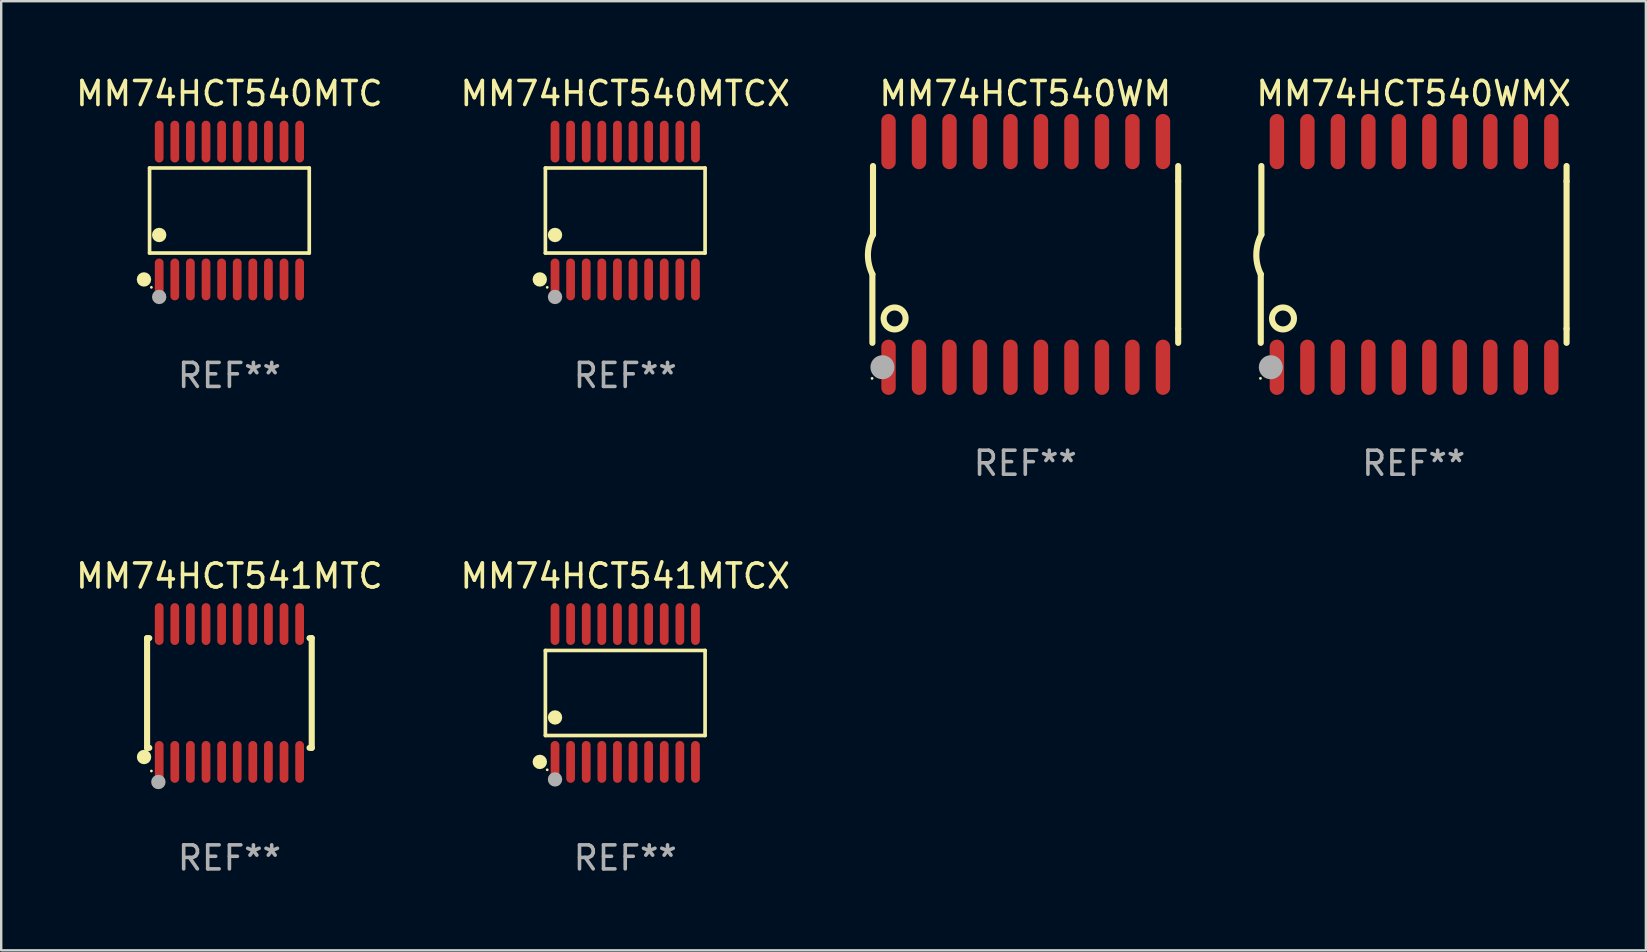
<source format=kicad_pcb>
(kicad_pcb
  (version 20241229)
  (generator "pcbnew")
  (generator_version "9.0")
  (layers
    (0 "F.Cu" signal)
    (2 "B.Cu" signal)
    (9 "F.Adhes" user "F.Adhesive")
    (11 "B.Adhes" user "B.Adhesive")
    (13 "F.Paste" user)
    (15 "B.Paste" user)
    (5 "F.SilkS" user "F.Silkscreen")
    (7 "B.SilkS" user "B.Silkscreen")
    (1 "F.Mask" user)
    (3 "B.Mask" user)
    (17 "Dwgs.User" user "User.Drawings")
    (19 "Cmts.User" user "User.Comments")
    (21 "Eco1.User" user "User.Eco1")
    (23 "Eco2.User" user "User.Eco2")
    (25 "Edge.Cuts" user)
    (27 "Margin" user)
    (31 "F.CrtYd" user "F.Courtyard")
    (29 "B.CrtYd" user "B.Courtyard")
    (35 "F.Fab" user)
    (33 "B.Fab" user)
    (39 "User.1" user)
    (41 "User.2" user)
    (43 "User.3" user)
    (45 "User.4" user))
  (footprint "MM74HCT540MTC"
    (layer "F.Cu")
    (at 6.506 5.719)
    (property "Reference" "MM74HCT540MTC" (at 0 -4.871 0) (layer "F.SilkS") (effects (font (size 1 1) (thickness 0.15))))
    (attr through_hole)
    (fp_line (start -3.326 -1.771) (end 3.326 -1.771) (stroke (width 0.152) (type solid)) (layer "F.SilkS"))
    (fp_line (start -3.326 1.771) (end -3.326 -1.771) (stroke (width 0.152) (type solid)) (layer "F.SilkS"))
    (fp_line (start 3.326 -1.771) (end 3.326 1.771) (stroke (width 0.152) (type solid)) (layer "F.SilkS"))
    (fp_line (start 3.326 1.771) (end -3.326 1.771) (stroke (width 0.152) (type solid)) (layer "F.SilkS"))
    (fp_circle (center -3.559 2.871) (end -3.409 2.871) (stroke (width 0.3) (type solid)) (fill no) (layer "F.SilkS"))
    (fp_circle (center -3.25 3.2) (end -3.22 3.2) (stroke (width 0.06) (type solid)) (fill no) (layer "F.SilkS"))
    (fp_circle (center -2.925 1.019) (end -2.775 1.019) (stroke (width 0.3) (type solid)) (fill no) (layer "F.SilkS"))
    (fp_circle (center -2.925 3.6) (end -2.775 3.6) (stroke (width 0.3) (type solid)) (fill no) (layer "F.Fab"))
    (fp_text user "REF**" (at 0 6.871 0) (layer "F.Fab") (effects (font (size 1 1) (thickness 0.15))))
    (pad "1" smd oval (at -2.925 2.871) (size 0.364 1.742) (layers "F.Cu" "F.Mask" "F.Paste"))
    (pad "2" smd oval (at -2.275 2.871) (size 0.364 1.742) (layers "F.Cu" "F.Mask" "F.Paste"))
    (pad "3" smd oval (at -1.625 2.871) (size 0.364 1.742) (layers "F.Cu" "F.Mask" "F.Paste"))
    (pad "4" smd oval (at -0.975 2.871) (size 0.364 1.742) (layers "F.Cu" "F.Mask" "F.Paste"))
    (pad "5" smd oval (at -0.325 2.871) (size 0.364 1.742) (layers "F.Cu" "F.Mask" "F.Paste"))
    (pad "6" smd oval (at 0.325 2.871) (size 0.364 1.742) (layers "F.Cu" "F.Mask" "F.Paste"))
    (pad "7" smd oval (at 0.975 2.871) (size 0.364 1.742) (layers "F.Cu" "F.Mask" "F.Paste"))
    (pad "8" smd oval (at 1.625 2.871) (size 0.364 1.742) (layers "F.Cu" "F.Mask" "F.Paste"))
    (pad "9" smd oval (at 2.275 2.871) (size 0.364 1.742) (layers "F.Cu" "F.Mask" "F.Paste"))
    (pad "10" smd oval (at 2.925 2.871) (size 0.364 1.742) (layers "F.Cu" "F.Mask" "F.Paste"))
    (pad "11" smd oval (at 2.925 -2.871) (size 0.364 1.742) (layers "F.Cu" "F.Mask" "F.Paste"))
    (pad "12" smd oval (at 2.275 -2.871) (size 0.364 1.742) (layers "F.Cu" "F.Mask" "F.Paste"))
    (pad "13" smd oval (at 1.625 -2.871) (size 0.364 1.742) (layers "F.Cu" "F.Mask" "F.Paste"))
    (pad "14" smd oval (at 0.975 -2.871) (size 0.364 1.742) (layers "F.Cu" "F.Mask" "F.Paste"))
    (pad "15" smd oval (at 0.325 -2.871) (size 0.364 1.742) (layers "F.Cu" "F.Mask" "F.Paste"))
    (pad "16" smd oval (at -0.325 -2.871) (size 0.364 1.742) (layers "F.Cu" "F.Mask" "F.Paste"))
    (pad "17" smd oval (at -0.975 -2.871) (size 0.364 1.742) (layers "F.Cu" "F.Mask" "F.Paste"))
    (pad "18" smd oval (at -1.625 -2.871) (size 0.364 1.742) (layers "F.Cu" "F.Mask" "F.Paste"))
    (pad "19" smd oval (at -2.275 -2.871) (size 0.364 1.742) (layers "F.Cu" "F.Mask" "F.Paste"))
    (pad "20" smd oval (at -2.925 -2.871) (size 0.364 1.742) (layers "F.Cu" "F.Mask" "F.Paste")))
  (footprint "MM74HCT540MTCX"
    (layer "F.Cu")
    (at 22.994 5.719)
    (property "Reference" "MM74HCT540MTCX" (at 0 -4.871 0) (layer "F.SilkS") (effects (font (size 1 1) (thickness 0.15))))
    (attr through_hole)
    (fp_line (start -3.326 -1.771) (end 3.326 -1.771) (stroke (width 0.152) (type solid)) (layer "F.SilkS"))
    (fp_line (start -3.326 1.771) (end -3.326 -1.771) (stroke (width 0.152) (type solid)) (layer "F.SilkS"))
    (fp_line (start 3.326 -1.771) (end 3.326 1.771) (stroke (width 0.152) (type solid)) (layer "F.SilkS"))
    (fp_line (start 3.326 1.771) (end -3.326 1.771) (stroke (width 0.152) (type solid)) (layer "F.SilkS"))
    (fp_circle (center -3.559 2.871) (end -3.409 2.871) (stroke (width 0.3) (type solid)) (fill no) (layer "F.SilkS"))
    (fp_circle (center -3.25 3.2) (end -3.22 3.2) (stroke (width 0.06) (type solid)) (fill no) (layer "F.SilkS"))
    (fp_circle (center -2.925 1.019) (end -2.775 1.019) (stroke (width 0.3) (type solid)) (fill no) (layer "F.SilkS"))
    (fp_circle (center -2.925 3.6) (end -2.775 3.6) (stroke (width 0.3) (type solid)) (fill no) (layer "F.Fab"))
    (fp_text user "REF**" (at 0 6.871 0) (layer "F.Fab") (effects (font (size 1 1) (thickness 0.15))))
    (pad "1" smd oval (at -2.925 2.871) (size 0.364 1.742) (layers "F.Cu" "F.Mask" "F.Paste"))
    (pad "2" smd oval (at -2.275 2.871) (size 0.364 1.742) (layers "F.Cu" "F.Mask" "F.Paste"))
    (pad "3" smd oval (at -1.625 2.871) (size 0.364 1.742) (layers "F.Cu" "F.Mask" "F.Paste"))
    (pad "4" smd oval (at -0.975 2.871) (size 0.364 1.742) (layers "F.Cu" "F.Mask" "F.Paste"))
    (pad "5" smd oval (at -0.325 2.871) (size 0.364 1.742) (layers "F.Cu" "F.Mask" "F.Paste"))
    (pad "6" smd oval (at 0.325 2.871) (size 0.364 1.742) (layers "F.Cu" "F.Mask" "F.Paste"))
    (pad "7" smd oval (at 0.975 2.871) (size 0.364 1.742) (layers "F.Cu" "F.Mask" "F.Paste"))
    (pad "8" smd oval (at 1.625 2.871) (size 0.364 1.742) (layers "F.Cu" "F.Mask" "F.Paste"))
    (pad "9" smd oval (at 2.275 2.871) (size 0.364 1.742) (layers "F.Cu" "F.Mask" "F.Paste"))
    (pad "10" smd oval (at 2.925 2.871) (size 0.364 1.742) (layers "F.Cu" "F.Mask" "F.Paste"))
    (pad "11" smd oval (at 2.925 -2.871) (size 0.364 1.742) (layers "F.Cu" "F.Mask" "F.Paste"))
    (pad "12" smd oval (at 2.275 -2.871) (size 0.364 1.742) (layers "F.Cu" "F.Mask" "F.Paste"))
    (pad "13" smd oval (at 1.625 -2.871) (size 0.364 1.742) (layers "F.Cu" "F.Mask" "F.Paste"))
    (pad "14" smd oval (at 0.975 -2.871) (size 0.364 1.742) (layers "F.Cu" "F.Mask" "F.Paste"))
    (pad "15" smd oval (at 0.325 -2.871) (size 0.364 1.742) (layers "F.Cu" "F.Mask" "F.Paste"))
    (pad "16" smd oval (at -0.325 -2.871) (size 0.364 1.742) (layers "F.Cu" "F.Mask" "F.Paste"))
    (pad "17" smd oval (at -0.975 -2.871) (size 0.364 1.742) (layers "F.Cu" "F.Mask" "F.Paste"))
    (pad "18" smd oval (at -1.625 -2.871) (size 0.364 1.742) (layers "F.Cu" "F.Mask" "F.Paste"))
    (pad "19" smd oval (at -2.275 -2.871) (size 0.364 1.742) (layers "F.Cu" "F.Mask" "F.Paste"))
    (pad "20" smd oval (at -2.925 -2.871) (size 0.364 1.742) (layers "F.Cu" "F.Mask" "F.Paste")))
  (footprint "MM74HCT541MTCX"
    (layer "F.Cu")
    (at 22.994 25.816)
    (property "Reference" "MM74HCT541MTCX" (at 0 -4.871 0) (layer "F.SilkS") (effects (font (size 1 1) (thickness 0.15))))
    (attr through_hole)
    (fp_line (start -3.326 -1.771) (end 3.326 -1.771) (stroke (width 0.152) (type solid)) (layer "F.SilkS"))
    (fp_line (start -3.326 1.771) (end -3.326 -1.771) (stroke (width 0.152) (type solid)) (layer "F.SilkS"))
    (fp_line (start 3.326 -1.771) (end 3.326 1.771) (stroke (width 0.152) (type solid)) (layer "F.SilkS"))
    (fp_line (start 3.326 1.771) (end -3.326 1.771) (stroke (width 0.152) (type solid)) (layer "F.SilkS"))
    (fp_circle (center -3.559 2.871) (end -3.409 2.871) (stroke (width 0.3) (type solid)) (fill no) (layer "F.SilkS"))
    (fp_circle (center -3.25 3.2) (end -3.22 3.2) (stroke (width 0.06) (type solid)) (fill no) (layer "F.SilkS"))
    (fp_circle (center -2.925 1.019) (end -2.775 1.019) (stroke (width 0.3) (type solid)) (fill no) (layer "F.SilkS"))
    (fp_circle (center -2.925 3.6) (end -2.775 3.6) (stroke (width 0.3) (type solid)) (fill no) (layer "F.Fab"))
    (fp_text user "REF**" (at 0 6.871 0) (layer "F.Fab") (effects (font (size 1 1) (thickness 0.15))))
    (pad "1" smd oval (at -2.925 2.871) (size 0.364 1.742) (layers "F.Cu" "F.Mask" "F.Paste"))
    (pad "2" smd oval (at -2.275 2.871) (size 0.364 1.742) (layers "F.Cu" "F.Mask" "F.Paste"))
    (pad "3" smd oval (at -1.625 2.871) (size 0.364 1.742) (layers "F.Cu" "F.Mask" "F.Paste"))
    (pad "4" smd oval (at -0.975 2.871) (size 0.364 1.742) (layers "F.Cu" "F.Mask" "F.Paste"))
    (pad "5" smd oval (at -0.325 2.871) (size 0.364 1.742) (layers "F.Cu" "F.Mask" "F.Paste"))
    (pad "6" smd oval (at 0.325 2.871) (size 0.364 1.742) (layers "F.Cu" "F.Mask" "F.Paste"))
    (pad "7" smd oval (at 0.975 2.871) (size 0.364 1.742) (layers "F.Cu" "F.Mask" "F.Paste"))
    (pad "8" smd oval (at 1.625 2.871) (size 0.364 1.742) (layers "F.Cu" "F.Mask" "F.Paste"))
    (pad "9" smd oval (at 2.275 2.871) (size 0.364 1.742) (layers "F.Cu" "F.Mask" "F.Paste"))
    (pad "10" smd oval (at 2.925 2.871) (size 0.364 1.742) (layers "F.Cu" "F.Mask" "F.Paste"))
    (pad "11" smd oval (at 2.925 -2.871) (size 0.364 1.742) (layers "F.Cu" "F.Mask" "F.Paste"))
    (pad "12" smd oval (at 2.275 -2.871) (size 0.364 1.742) (layers "F.Cu" "F.Mask" "F.Paste"))
    (pad "13" smd oval (at 1.625 -2.871) (size 0.364 1.742) (layers "F.Cu" "F.Mask" "F.Paste"))
    (pad "14" smd oval (at 0.975 -2.871) (size 0.364 1.742) (layers "F.Cu" "F.Mask" "F.Paste"))
    (pad "15" smd oval (at 0.325 -2.871) (size 0.364 1.742) (layers "F.Cu" "F.Mask" "F.Paste"))
    (pad "16" smd oval (at -0.325 -2.871) (size 0.364 1.742) (layers "F.Cu" "F.Mask" "F.Paste"))
    (pad "17" smd oval (at -0.975 -2.871) (size 0.364 1.742) (layers "F.Cu" "F.Mask" "F.Paste"))
    (pad "18" smd oval (at -1.625 -2.871) (size 0.364 1.742) (layers "F.Cu" "F.Mask" "F.Paste"))
    (pad "19" smd oval (at -2.275 -2.871) (size 0.364 1.742) (layers "F.Cu" "F.Mask" "F.Paste"))
    (pad "20" smd oval (at -2.925 -2.871) (size 0.364 1.742) (layers "F.Cu" "F.Mask" "F.Paste")))
  (footprint "MM74HCT540WMX"
    (layer "F.Cu")
    (at 55.836 7.548)
    (property "Reference" "MM74HCT540WMX" (at 0 -6.7 0) (layer "F.SilkS") (effects (font (size 1 1) (thickness 0.15))))
    (attr through_hole)
    (fp_line (start -6.369 0.826) (end -6.369 3.683) (stroke (width 0.254) (type solid)) (layer "F.SilkS"))
    (fp_line (start -6.343 -0.825) (end -6.343 -3.683) (stroke (width 0.254) (type solid)) (layer "F.SilkS"))
    (fp_line (start 6.369 -3.048) (end 6.369 -3.683) (stroke (width 0.254) (type solid)) (layer "F.SilkS"))
    (fp_line (start 6.369 -3.048) (end 6.369 3.096) (stroke (width 0.254) (type solid)) (layer "F.SilkS"))
    (fp_line (start 6.369 3.096) (end 6.369 3.683) (stroke (width 0.254) (type solid)) (layer "F.SilkS"))
    (fp_arc (start -6.36853 0.825552) (mid -6.554743 -0.00301) (end -6.343129 -0.825451) (stroke (width 0.254001) (type solid)) (layer "F.SilkS"))
    (fp_circle (center -6.382 5.163) (end -6.352 5.163) (stroke (width 0.06) (type solid)) (fill no) (layer "F.SilkS"))
    (fp_circle (center -5.443 2.667) (end -4.985 2.667) (stroke (width 0.254) (type solid)) (fill no) (layer "F.SilkS"))
    (fp_circle (center -5.951 4.699) (end -5.701 4.699) (stroke (width 0.5) (type solid)) (fill no) (layer "F.Fab"))
    (fp_text user "REF**" (at 0 8.7 0) (layer "F.Fab") (effects (font (size 1 1) (thickness 0.15))))
    (pad "1" smd oval (at -5.697 4.7 180) (size 0.6 2.3) (layers "F.Cu" "F.Mask" "F.Paste"))
    (pad "2" smd oval (at -4.427 4.7 180) (size 0.6 2.3) (layers "F.Cu" "F.Mask" "F.Paste"))
    (pad "3" smd oval (at -3.157 4.7 180) (size 0.6 2.3) (layers "F.Cu" "F.Mask" "F.Paste"))
    (pad "4" smd oval (at -1.887 4.7 180) (size 0.6 2.3) (layers "F.Cu" "F.Mask" "F.Paste"))
    (pad "5" smd oval (at -0.617 4.7 180) (size 0.6 2.3) (layers "F.Cu" "F.Mask" "F.Paste"))
    (pad "6" smd oval (at 0.653 4.7 180) (size 0.6 2.3) (layers "F.Cu" "F.Mask" "F.Paste"))
    (pad "7" smd oval (at 1.923 4.7 180) (size 0.6 2.3) (layers "F.Cu" "F.Mask" "F.Paste"))
    (pad "8" smd oval (at 3.193 4.7 180) (size 0.6 2.3) (layers "F.Cu" "F.Mask" "F.Paste"))
    (pad "9" smd oval (at 4.463 4.7 180) (size 0.6 2.3) (layers "F.Cu" "F.Mask" "F.Paste"))
    (pad "10" smd oval (at 5.734 4.7 180) (size 0.6 2.3) (layers "F.Cu" "F.Mask" "F.Paste"))
    (pad "11" smd oval (at 5.734 -4.7 180) (size 0.6 2.3) (layers "F.Cu" "F.Mask" "F.Paste"))
    (pad "12" smd oval (at 4.463 -4.7 180) (size 0.6 2.3) (layers "F.Cu" "F.Mask" "F.Paste"))
    (pad "13" smd oval (at 3.193 -4.7 180) (size 0.6 2.3) (layers "F.Cu" "F.Mask" "F.Paste"))
    (pad "14" smd oval (at 1.923 -4.7 180) (size 0.6 2.3) (layers "F.Cu" "F.Mask" "F.Paste"))
    (pad "15" smd oval (at 0.653 -4.7 180) (size 0.6 2.3) (layers "F.Cu" "F.Mask" "F.Paste"))
    (pad "16" smd oval (at -0.617 -4.7 180) (size 0.6 2.3) (layers "F.Cu" "F.Mask" "F.Paste"))
    (pad "17" smd oval (at -1.887 -4.7 180) (size 0.6 2.3) (layers "F.Cu" "F.Mask" "F.Paste"))
    (pad "18" smd oval (at -3.157 -4.7 180) (size 0.6 2.3) (layers "F.Cu" "F.Mask" "F.Paste"))
    (pad "19" smd oval (at -4.427 -4.7 180) (size 0.6 2.3) (layers "F.Cu" "F.Mask" "F.Paste"))
    (pad "20" smd oval (at -5.697 -4.7 180) (size 0.6 2.3) (layers "F.Cu" "F.Mask" "F.Paste")))
  (footprint "MM74HCT540WM"
    (layer "F.Cu")
    (at 39.658 7.548)
    (property "Reference" "MM74HCT540WM" (at 0 -6.7 0) (layer "F.SilkS") (effects (font (size 1 1) (thickness 0.15))))
    (attr through_hole)
    (fp_line (start -6.369 0.826) (end -6.369 3.683) (stroke (width 0.254) (type solid)) (layer "F.SilkS"))
    (fp_line (start -6.343 -0.825) (end -6.343 -3.683) (stroke (width 0.254) (type solid)) (layer "F.SilkS"))
    (fp_line (start 6.369 -3.048) (end 6.369 -3.683) (stroke (width 0.254) (type solid)) (layer "F.SilkS"))
    (fp_line (start 6.369 -3.048) (end 6.369 3.096) (stroke (width 0.254) (type solid)) (layer "F.SilkS"))
    (fp_line (start 6.369 3.096) (end 6.369 3.683) (stroke (width 0.254) (type solid)) (layer "F.SilkS"))
    (fp_arc (start -6.36853 0.825552) (mid -6.554743 -0.00301) (end -6.343129 -0.825451) (stroke (width 0.254001) (type solid)) (layer "F.SilkS"))
    (fp_circle (center -6.382 5.163) (end -6.352 5.163) (stroke (width 0.06) (type solid)) (fill no) (layer "F.SilkS"))
    (fp_circle (center -5.443 2.667) (end -4.985 2.667) (stroke (width 0.254) (type solid)) (fill no) (layer "F.SilkS"))
    (fp_circle (center -5.951 4.699) (end -5.701 4.699) (stroke (width 0.5) (type solid)) (fill no) (layer "F.Fab"))
    (fp_text user "REF**" (at 0 8.7 0) (layer "F.Fab") (effects (font (size 1 1) (thickness 0.15))))
    (pad "1" smd oval (at -5.697 4.7 180) (size 0.6 2.3) (layers "F.Cu" "F.Mask" "F.Paste"))
    (pad "2" smd oval (at -4.427 4.7 180) (size 0.6 2.3) (layers "F.Cu" "F.Mask" "F.Paste"))
    (pad "3" smd oval (at -3.157 4.7 180) (size 0.6 2.3) (layers "F.Cu" "F.Mask" "F.Paste"))
    (pad "4" smd oval (at -1.887 4.7 180) (size 0.6 2.3) (layers "F.Cu" "F.Mask" "F.Paste"))
    (pad "5" smd oval (at -0.617 4.7 180) (size 0.6 2.3) (layers "F.Cu" "F.Mask" "F.Paste"))
    (pad "6" smd oval (at 0.653 4.7 180) (size 0.6 2.3) (layers "F.Cu" "F.Mask" "F.Paste"))
    (pad "7" smd oval (at 1.923 4.7 180) (size 0.6 2.3) (layers "F.Cu" "F.Mask" "F.Paste"))
    (pad "8" smd oval (at 3.193 4.7 180) (size 0.6 2.3) (layers "F.Cu" "F.Mask" "F.Paste"))
    (pad "9" smd oval (at 4.463 4.7 180) (size 0.6 2.3) (layers "F.Cu" "F.Mask" "F.Paste"))
    (pad "10" smd oval (at 5.734 4.7 180) (size 0.6 2.3) (layers "F.Cu" "F.Mask" "F.Paste"))
    (pad "11" smd oval (at 5.734 -4.7 180) (size 0.6 2.3) (layers "F.Cu" "F.Mask" "F.Paste"))
    (pad "12" smd oval (at 4.463 -4.7 180) (size 0.6 2.3) (layers "F.Cu" "F.Mask" "F.Paste"))
    (pad "13" smd oval (at 3.193 -4.7 180) (size 0.6 2.3) (layers "F.Cu" "F.Mask" "F.Paste"))
    (pad "14" smd oval (at 1.923 -4.7 180) (size 0.6 2.3) (layers "F.Cu" "F.Mask" "F.Paste"))
    (pad "15" smd oval (at 0.653 -4.7 180) (size 0.6 2.3) (layers "F.Cu" "F.Mask" "F.Paste"))
    (pad "16" smd oval (at -0.617 -4.7 180) (size 0.6 2.3) (layers "F.Cu" "F.Mask" "F.Paste"))
    (pad "17" smd oval (at -1.887 -4.7 180) (size 0.6 2.3) (layers "F.Cu" "F.Mask" "F.Paste"))
    (pad "18" smd oval (at -3.157 -4.7 180) (size 0.6 2.3) (layers "F.Cu" "F.Mask" "F.Paste"))
    (pad "19" smd oval (at -4.427 -4.7 180) (size 0.6 2.3) (layers "F.Cu" "F.Mask" "F.Paste"))
    (pad "20" smd oval (at -5.697 -4.7 180) (size 0.6 2.3) (layers "F.Cu" "F.Mask" "F.Paste")))
  (footprint "MM74HCT541MTC"
    (layer "F.Cu")
    (at 6.506 25.816)
    (property "Reference" "MM74HCT541MTC" (at 0 -4.871 0) (layer "F.SilkS") (effects (font (size 1 1) (thickness 0.15))))
    (attr through_hole)
    (fp_line (start -3.429 -2.286) (end -3.429 2.286) (stroke (width 0.254) (type solid)) (layer "F.SilkS"))
    (fp_line (start -3.429 2.286) (end -3.338 2.286) (stroke (width 0.254) (type solid)) (layer "F.SilkS"))
    (fp_line (start -3.338 -2.286) (end -3.429 -2.286) (stroke (width 0.254) (type solid)) (layer "F.SilkS"))
    (fp_line (start 3.338 -2.286) (end 3.429 -2.286) (stroke (width 0.254) (type solid)) (layer "F.SilkS"))
    (fp_line (start 3.429 -2.286) (end 3.429 2.286) (stroke (width 0.254) (type solid)) (layer "F.SilkS"))
    (fp_line (start 3.429 2.286) (end 3.338 2.286) (stroke (width 0.254) (type solid)) (layer "F.SilkS"))
    (fp_circle (center -3.556 2.667) (end -3.406 2.667) (stroke (width 0.3) (type solid)) (fill no) (layer "F.SilkS"))
    (fp_circle (center -3.25 3.25) (end -3.22 3.25) (stroke (width 0.06) (type solid)) (fill no) (layer "F.SilkS"))
    (fp_circle (center -2.959 3.707) (end -2.808 3.707) (stroke (width 0.3) (type solid)) (fill no) (layer "F.Fab"))
    (fp_text user "REF**" (at 0 6.871 0) (layer "F.Fab") (effects (font (size 1 1) (thickness 0.15))))
    (pad "1" smd oval (at -2.925 2.871) (size 0.364 1.742) (layers "F.Cu" "F.Mask" "F.Paste"))
    (pad "2" smd oval (at -2.275 2.871) (size 0.364 1.742) (layers "F.Cu" "F.Mask" "F.Paste"))
    (pad "3" smd oval (at -1.625 2.871) (size 0.364 1.742) (layers "F.Cu" "F.Mask" "F.Paste"))
    (pad "4" smd oval (at -0.975 2.871) (size 0.364 1.742) (layers "F.Cu" "F.Mask" "F.Paste"))
    (pad "5" smd oval (at -0.325 2.871) (size 0.364 1.742) (layers "F.Cu" "F.Mask" "F.Paste"))
    (pad "6" smd oval (at 0.325 2.871) (size 0.364 1.742) (layers "F.Cu" "F.Mask" "F.Paste"))
    (pad "7" smd oval (at 0.975 2.871) (size 0.364 1.742) (layers "F.Cu" "F.Mask" "F.Paste"))
    (pad "8" smd oval (at 1.625 2.871) (size 0.364 1.742) (layers "F.Cu" "F.Mask" "F.Paste"))
    (pad "9" smd oval (at 2.275 2.871) (size 0.364 1.742) (layers "F.Cu" "F.Mask" "F.Paste"))
    (pad "10" smd oval (at 2.925 2.871) (size 0.364 1.742) (layers "F.Cu" "F.Mask" "F.Paste"))
    (pad "11" smd oval (at 2.925 -2.871) (size 0.364 1.742) (layers "F.Cu" "F.Mask" "F.Paste"))
    (pad "12" smd oval (at 2.275 -2.871) (size 0.364 1.742) (layers "F.Cu" "F.Mask" "F.Paste"))
    (pad "13" smd oval (at 1.625 -2.871) (size 0.364 1.742) (layers "F.Cu" "F.Mask" "F.Paste"))
    (pad "14" smd oval (at 0.975 -2.871) (size 0.364 1.742) (layers "F.Cu" "F.Mask" "F.Paste"))
    (pad "15" smd oval (at 0.325 -2.871) (size 0.364 1.742) (layers "F.Cu" "F.Mask" "F.Paste"))
    (pad "16" smd oval (at -0.325 -2.871) (size 0.364 1.742) (layers "F.Cu" "F.Mask" "F.Paste"))
    (pad "17" smd oval (at -0.975 -2.871) (size 0.364 1.742) (layers "F.Cu" "F.Mask" "F.Paste"))
    (pad "18" smd oval (at -1.625 -2.871) (size 0.364 1.742) (layers "F.Cu" "F.Mask" "F.Paste"))
    (pad "19" smd oval (at -2.275 -2.871) (size 0.364 1.742) (layers "F.Cu" "F.Mask" "F.Paste"))
    (pad "20" smd oval (at -2.925 -2.871) (size 0.364 1.742) (layers "F.Cu" "F.Mask" "F.Paste")))
  (gr_rect
    (start -3 -3)
    (end 65.508 36.535)
    (stroke (width 0.1) (type default))
    (fill no)
    (layer "Edge.Cuts")))
</source>
